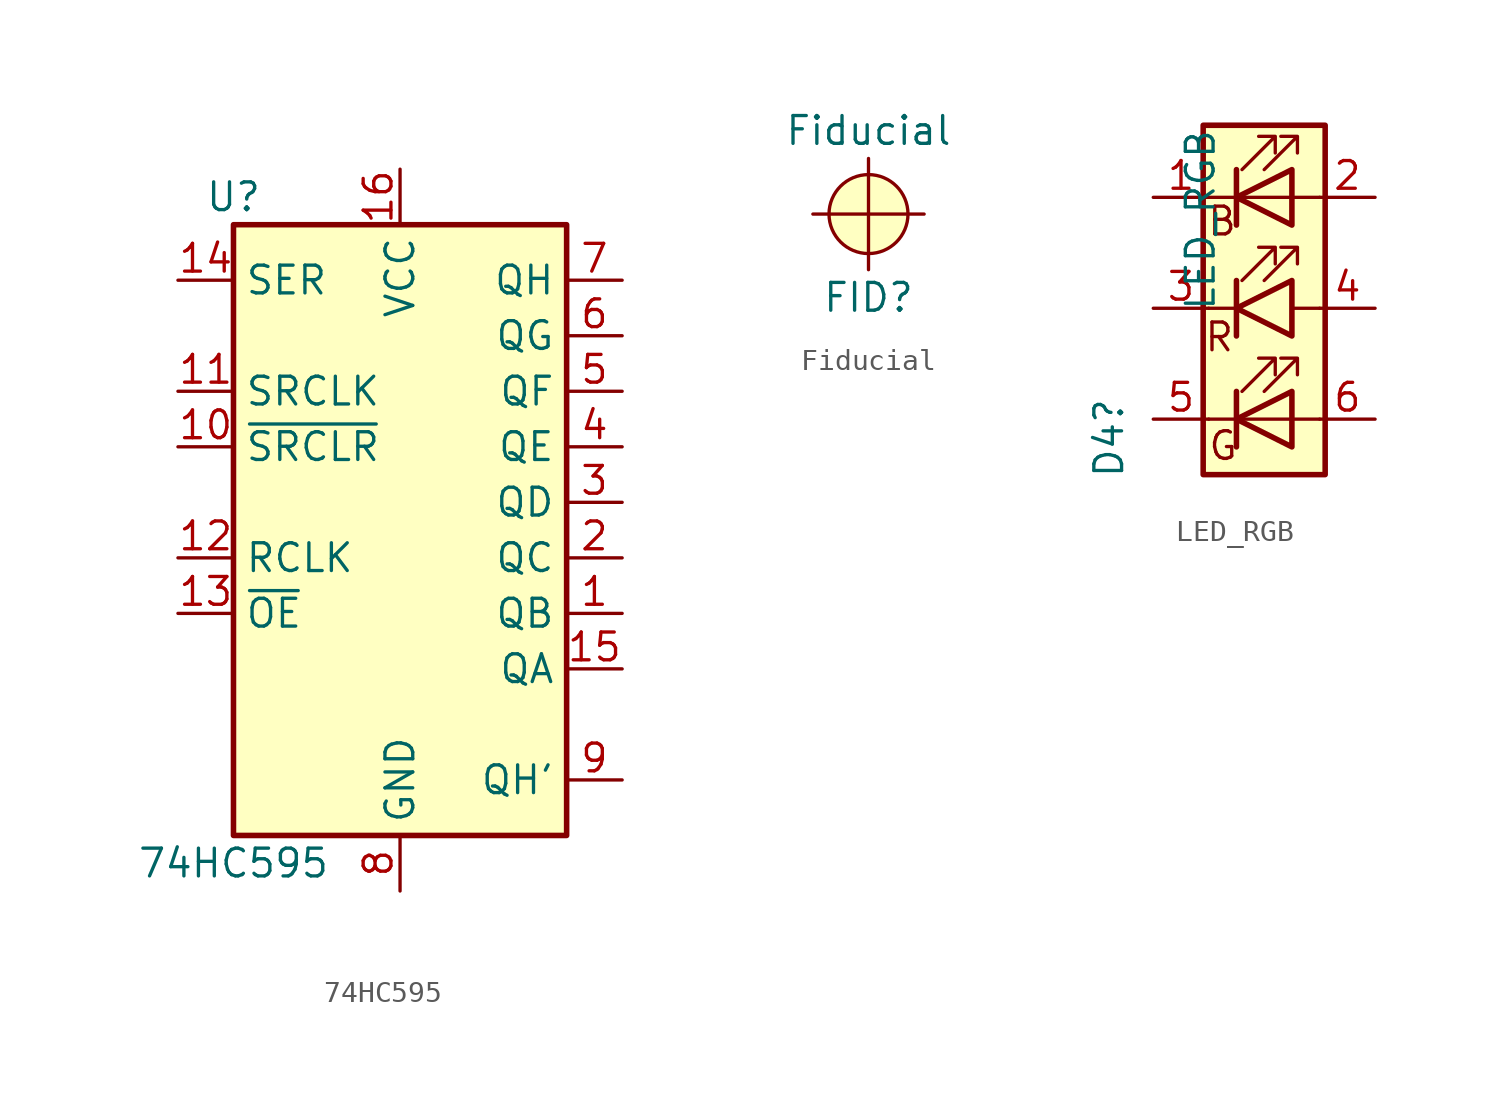
<source format=kicad_sym>
(kicad_symbol_lib
  (version 20211014)
  (generator kicad_symbol_editor)
  (symbol "74HC595"
    (property "Reference" "U"
      (at -7.62 13.97 0)
      (effects (font (size 1.27 1.27))))
    (property "Value" "74HC595"
      (at -7.62 -16.51 0)
      (effects (font (size 1.27 1.27))))
    (symbol "74HC595_1_0"
      (pin tri_state line (at 10.16 -5.08 180) (length 2.54) (name "QB" (effects (font (size 1.27 1.27)))) (number "1" (effects (font (size 1.27 1.27)))))
      (pin input line (at -10.16 2.54 0) (length 2.54) (name "~{SRCLR}" (effects (font (size 1.27 1.27)))) (number "10" (effects (font (size 1.27 1.27)))))
      (pin input line (at -10.16 5.08 0) (length 2.54) (name "SRCLK" (effects (font (size 1.27 1.27)))) (number "11" (effects (font (size 1.27 1.27)))))
      (pin input line (at -10.16 -2.54 0) (length 2.54) (name "RCLK" (effects (font (size 1.27 1.27)))) (number "12" (effects (font (size 1.27 1.27)))))
      (pin input line (at -10.16 -5.08 0) (length 2.54) (name "~{OE}" (effects (font (size 1.27 1.27)))) (number "13" (effects (font (size 1.27 1.27)))))
      (pin input line (at -10.16 10.16 0) (length 2.54) (name "SER" (effects (font (size 1.27 1.27)))) (number "14" (effects (font (size 1.27 1.27)))))
      (pin tri_state line (at 10.16 -7.62 180) (length 2.54) (name "QA" (effects (font (size 1.27 1.27)))) (number "15" (effects (font (size 1.27 1.27)))))
      (pin power_in line (at 0 15.24 270) (length 2.54) (name "VCC" (effects (font (size 1.27 1.27)))) (number "16" (effects (font (size 1.27 1.27)))))
      (pin tri_state line (at 10.16 -2.54 180) (length 2.54) (name "QC" (effects (font (size 1.27 1.27)))) (number "2" (effects (font (size 1.27 1.27)))))
      (pin tri_state line (at 10.16 0 180) (length 2.54) (name "QD" (effects (font (size 1.27 1.27)))) (number "3" (effects (font (size 1.27 1.27)))))
      (pin tri_state line (at 10.16 2.54 180) (length 2.54) (name "QE" (effects (font (size 1.27 1.27)))) (number "4" (effects (font (size 1.27 1.27)))))
      (pin tri_state line (at 10.16 5.08 180) (length 2.54) (name "QF" (effects (font (size 1.27 1.27)))) (number "5" (effects (font (size 1.27 1.27)))))
      (pin tri_state line (at 10.16 7.62 180) (length 2.54) (name "QG" (effects (font (size 1.27 1.27)))) (number "6" (effects (font (size 1.27 1.27)))))
      (pin tri_state line (at 10.16 10.16 180) (length 2.54) (name "QH" (effects (font (size 1.27 1.27)))) (number "7" (effects (font (size 1.27 1.27)))))
      (pin power_in line (at 0 -17.78 90) (length 2.54) (name "GND" (effects (font (size 1.27 1.27)))) (number "8" (effects (font (size 1.27 1.27)))))
      (pin output line (at 10.16 -12.7 180) (length 2.54) (name "QH'" (effects (font (size 1.27 1.27)))) (number "9" (effects (font (size 1.27 1.27))))))
    (symbol "74HC595_1_1"
      (rectangle (start -7.62 12.7) (end 7.62 -15.24) (stroke (width 0.254) (type default) (color 0 0 0 0)) (fill (type background)))))
  (symbol "Fiducial"
    (pin_names
      (offset 1.016))
    (property "Reference" "FID"
      (at 0 -3.81 0)
      (effects (font (size 1.27 1.27))))
    (property "Value" "Fiducial"
      (at 0 3.81 0)
      (effects (font (size 1.27 1.27))))
    (symbol "Fiducial_0_1"
      (polyline (pts (xy -2.54 0) (xy 2.54 0)) (stroke (width 0) (type default) (color 0 0 0 0)) (fill (type none)))
      (polyline (pts (xy 0 2.54) (xy 0 -2.54)) (stroke (width 0) (type default) (color 0 0 0 0)) (fill (type none)))
      (circle (center 0 0) (radius 1.803) (stroke (width 0) (type default) (color 0 0 0 0)) (fill (type background)))))
  (symbol "LED_RGB"
    (pin_names
      (offset 0) hide)
    (property "Reference" "D4"
      (at -7.112 -4.064 90)
      (effects (font (size 1.27 1.27)) (justify right)))
    (property "Value" "LED_RGB"
      (at -2.921 8.255 90)
      (effects (font (size 1.27 1.27)) (justify right)))
    (symbol "LED_RGB_0_0"
      (text "B" (at -1.93 3.988 0) (effects (font (size 1.27 1.27))))
      (text "G" (at -1.88 -6.299 0) (effects (font (size 1.27 1.27))))
      (text "R" (at -2.057 -1.321 0) (effects (font (size 1.27 1.27)))))
    (symbol "LED_RGB_0_1"
      (polyline (pts (xy -1.27 -5.08) (xy -2.54 -5.08)) (stroke (width 0) (type default) (color 0 0 0 0)) (fill (type none)))
      (polyline (pts (xy -1.27 -5.08) (xy 1.27 -5.08)) (stroke (width 0) (type default) (color 0 0 0 0)) (fill (type none)))
      (polyline (pts (xy -1.27 -3.81) (xy -1.27 -6.35)) (stroke (width 0.254) (type default) (color 0 0 0 0)) (fill (type none)))
      (polyline (pts (xy -1.27 0) (xy -2.54 0)) (stroke (width 0) (type default) (color 0 0 0 0)) (fill (type none)))
      (polyline (pts (xy -1.27 1.27) (xy -1.27 -1.27)) (stroke (width 0.254) (type default) (color 0 0 0 0)) (fill (type none)))
      (polyline (pts (xy -1.27 5.08) (xy -2.54 5.08)) (stroke (width 0) (type default) (color 0 0 0 0)) (fill (type none)))
      (polyline (pts (xy -1.27 5.08) (xy 1.27 5.08)) (stroke (width 0) (type default) (color 0 0 0 0)) (fill (type none)))
      (polyline (pts (xy -1.27 6.35) (xy -1.27 3.81)) (stroke (width 0.254) (type default) (color 0 0 0 0)) (fill (type none)))
      (polyline (pts (xy 1.27 -5.08) (xy 2.54 -5.08)) (stroke (width 0) (type default) (color 0 0 0 0)) (fill (type none)))
      (polyline (pts (xy 1.27 0) (xy 2.54 0)) (stroke (width 0) (type default) (color 0 0 0 0)) (fill (type none)))
      (polyline (pts (xy 1.27 5.08) (xy 2.54 5.08)) (stroke (width 0) (type default) (color 0 0 0 0)) (fill (type none)))
      (polyline (pts (xy -1.27 1.27) (xy -1.27 -1.27) (xy -1.27 -1.27)) (stroke (width 0) (type default) (color 0 0 0 0)) (fill (type none)))
      (polyline (pts (xy -1.27 6.35) (xy -1.27 3.81) (xy -1.27 3.81)) (stroke (width 0) (type default) (color 0 0 0 0)) (fill (type none)))
      (polyline (pts (xy 1.27 -3.81) (xy 1.27 -6.35) (xy -1.27 -5.08) (xy 1.27 -3.81)) (stroke (width 0.254) (type default) (color 0 0 0 0)) (fill (type none)))
      (polyline (pts (xy 1.27 1.27) (xy 1.27 -1.27) (xy -1.27 0) (xy 1.27 1.27)) (stroke (width 0.254) (type default) (color 0 0 0 0)) (fill (type none)))
      (polyline (pts (xy 1.27 6.35) (xy 1.27 3.81) (xy -1.27 5.08) (xy 1.27 6.35)) (stroke (width 0.254) (type default) (color 0 0 0 0)) (fill (type none)))
      (polyline (pts (xy -1.016 -3.81) (xy 0.508 -2.286) (xy -0.254 -2.286) (xy 0.508 -2.286) (xy 0.508 -3.048)) (stroke (width 0) (type default) (color 0 0 0 0)) (fill (type none)))
      (polyline (pts (xy -1.016 1.27) (xy 0.508 2.794) (xy -0.254 2.794) (xy 0.508 2.794) (xy 0.508 2.032)) (stroke (width 0) (type default) (color 0 0 0 0)) (fill (type none)))
      (polyline (pts (xy -1.016 6.35) (xy 0.508 7.874) (xy -0.254 7.874) (xy 0.508 7.874) (xy 0.508 7.112)) (stroke (width 0) (type default) (color 0 0 0 0)) (fill (type none)))
      (polyline (pts (xy 0 -3.81) (xy 1.524 -2.286) (xy 0.762 -2.286) (xy 1.524 -2.286) (xy 1.524 -3.048)) (stroke (width 0) (type default) (color 0 0 0 0)) (fill (type none)))
      (polyline (pts (xy 0 1.27) (xy 1.524 2.794) (xy 0.762 2.794) (xy 1.524 2.794) (xy 1.524 2.032)) (stroke (width 0) (type default) (color 0 0 0 0)) (fill (type none)))
      (polyline (pts (xy 0 6.35) (xy 1.524 7.874) (xy 0.762 7.874) (xy 1.524 7.874) (xy 1.524 7.112)) (stroke (width 0) (type default) (color 0 0 0 0)) (fill (type none)))
      (rectangle (start 1.27 -1.27) (end 1.27 1.27) (stroke (width 0) (type default) (color 0 0 0 0)) (fill (type none)))
      (rectangle (start 1.27 1.27) (end 1.27 1.27) (stroke (width 0) (type default) (color 0 0 0 0)) (fill (type none)))
      (rectangle (start 1.27 3.81) (end 1.27 6.35) (stroke (width 0) (type default) (color 0 0 0 0)) (fill (type none)))
      (rectangle (start 1.27 6.35) (end 1.27 6.35) (stroke (width 0) (type default) (color 0 0 0 0)) (fill (type none)))
      (rectangle (start 2.794 8.382) (end -2.794 -7.62) (stroke (width 0.254) (type default) (color 0 0 0 0)) (fill (type background))))
    (symbol "LED_RGB_1_1"
      (pin passive line (at -5.08 5.08 0) (length 2.54) (name "RK" (effects (font (size 1.27 1.27)))) (number "1" (effects (font (size 1.27 1.27)))))
      (pin passive line (at 5.08 5.08 180) (length 2.54) (name "RA" (effects (font (size 1.27 1.27)))) (number "2" (effects (font (size 1.27 1.27)))))
      (pin passive line (at -5.08 0 0) (length 2.54) (name "GK" (effects (font (size 1.27 1.27)))) (number "3" (effects (font (size 1.27 1.27)))))
      (pin passive line (at 5.08 0 180) (length 2.54) (name "GA" (effects (font (size 1.27 1.27)))) (number "4" (effects (font (size 1.27 1.27)))))
      (pin passive line (at -5.08 -5.08 0) (length 2.54) (name "BK" (effects (font (size 1.27 1.27)))) (number "5" (effects (font (size 1.27 1.27)))))
      (pin passive line (at 5.08 -5.08 180) (length 2.54) (name "BA" (effects (font (size 1.27 1.27)))) (number "6" (effects (font (size 1.27 1.27))))))))
</source>
